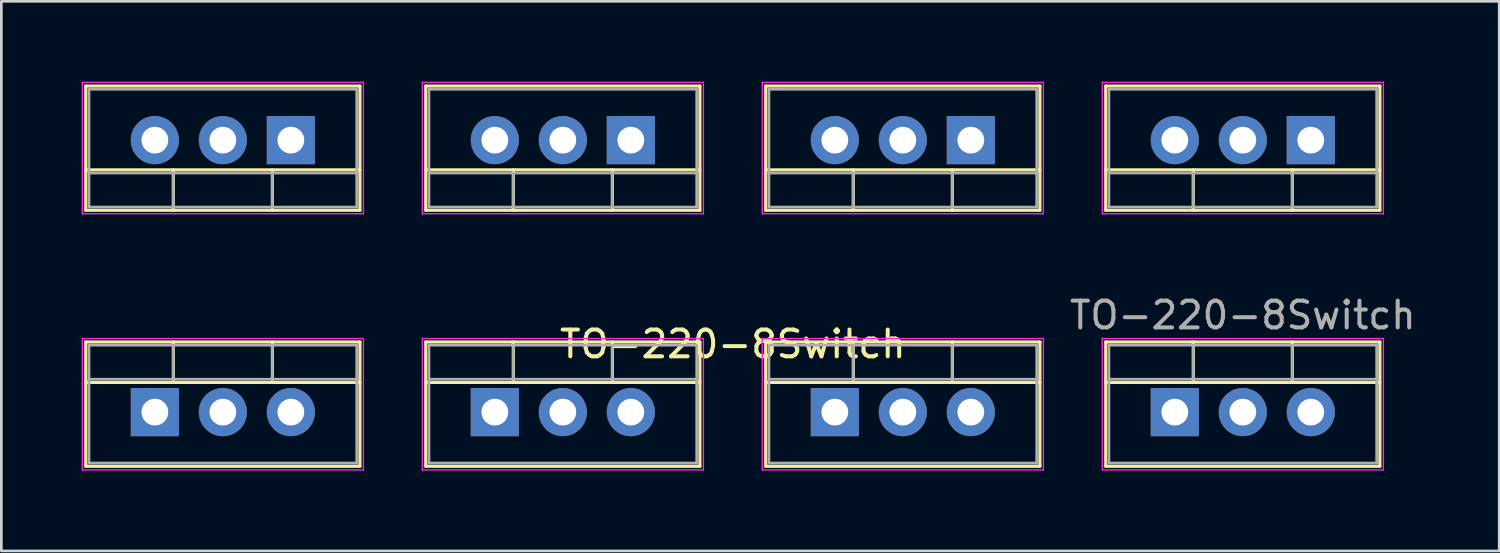
<source format=kicad_pcb>
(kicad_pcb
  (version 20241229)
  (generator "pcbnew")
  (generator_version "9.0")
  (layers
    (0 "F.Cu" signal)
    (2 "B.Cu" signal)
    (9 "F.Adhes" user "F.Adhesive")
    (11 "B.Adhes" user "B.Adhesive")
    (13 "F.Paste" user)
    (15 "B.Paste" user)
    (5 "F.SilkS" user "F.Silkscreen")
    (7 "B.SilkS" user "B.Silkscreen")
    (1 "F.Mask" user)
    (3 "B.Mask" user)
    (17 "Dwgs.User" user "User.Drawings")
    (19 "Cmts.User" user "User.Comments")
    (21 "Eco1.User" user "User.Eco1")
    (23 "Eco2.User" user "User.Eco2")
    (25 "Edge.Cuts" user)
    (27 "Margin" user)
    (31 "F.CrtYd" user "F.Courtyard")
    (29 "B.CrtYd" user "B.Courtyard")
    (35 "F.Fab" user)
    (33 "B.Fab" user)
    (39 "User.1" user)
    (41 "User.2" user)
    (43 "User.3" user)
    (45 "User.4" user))
  (footprint "TO-220-8Switch"
    (layer "F.Cu")
    (at 24.325 7.265)
    (property "Reference" "TO-220-8Switch" (at 0 2.54 0) (layer "F.SilkS") (effects (font (size 1 1) (thickness 0.15))))
    (attr through_hole)
    (fp_line (start -24.17 -2.46) (end -24.17 -7.101) (stroke (width 0.12) (type solid)) (layer "F.SilkS"))
    (fp_line (start -24.17 2.46) (end -24.17 7.101) (stroke (width 0.12) (type solid)) (layer "F.SilkS"))
    (fp_line (start -24.17 2.46) (end -13.93 2.46) (stroke (width 0.12) (type solid)) (layer "F.SilkS"))
    (fp_line (start -24.17 3.97) (end -13.93 3.97) (stroke (width 0.12) (type solid)) (layer "F.SilkS"))
    (fp_line (start -24.17 7.101) (end -13.93 7.101) (stroke (width 0.12) (type solid)) (layer "F.SilkS"))
    (fp_line (start -20.901 -2.46) (end -20.901 -3.97) (stroke (width 0.12) (type solid)) (layer "F.SilkS"))
    (fp_line (start -20.9 2.46) (end -20.9 3.97) (stroke (width 0.12) (type solid)) (layer "F.SilkS"))
    (fp_line (start -17.2 -2.46) (end -17.2 -3.97) (stroke (width 0.12) (type solid)) (layer "F.SilkS"))
    (fp_line (start -17.199 2.46) (end -17.199 3.97) (stroke (width 0.12) (type solid)) (layer "F.SilkS"))
    (fp_line (start -13.93 -7.101) (end -24.17 -7.101) (stroke (width 0.12) (type solid)) (layer "F.SilkS"))
    (fp_line (start -13.93 -3.97) (end -24.17 -3.97) (stroke (width 0.12) (type solid)) (layer "F.SilkS"))
    (fp_line (start -13.93 -2.46) (end -24.17 -2.46) (stroke (width 0.12) (type solid)) (layer "F.SilkS"))
    (fp_line (start -13.93 -2.46) (end -13.93 -7.101) (stroke (width 0.12) (type solid)) (layer "F.SilkS"))
    (fp_line (start -13.93 2.46) (end -13.93 7.101) (stroke (width 0.12) (type solid)) (layer "F.SilkS"))
    (fp_line (start -11.47 -2.46) (end -11.47 -7.101) (stroke (width 0.12) (type solid)) (layer "F.SilkS"))
    (fp_line (start -11.47 2.46) (end -11.47 7.101) (stroke (width 0.12) (type solid)) (layer "F.SilkS"))
    (fp_line (start -11.47 2.46) (end -1.23 2.46) (stroke (width 0.12) (type solid)) (layer "F.SilkS"))
    (fp_line (start -11.47 3.97) (end -1.23 3.97) (stroke (width 0.12) (type solid)) (layer "F.SilkS"))
    (fp_line (start -11.47 7.101) (end -1.23 7.101) (stroke (width 0.12) (type solid)) (layer "F.SilkS"))
    (fp_line (start -8.201 -2.46) (end -8.201 -3.97) (stroke (width 0.12) (type solid)) (layer "F.SilkS"))
    (fp_line (start -8.2 2.46) (end -8.2 3.97) (stroke (width 0.12) (type solid)) (layer "F.SilkS"))
    (fp_line (start -4.5 -2.46) (end -4.5 -3.97) (stroke (width 0.12) (type solid)) (layer "F.SilkS"))
    (fp_line (start -4.499 2.46) (end -4.499 3.97) (stroke (width 0.12) (type solid)) (layer "F.SilkS"))
    (fp_line (start -1.23 -7.101) (end -11.47 -7.101) (stroke (width 0.12) (type solid)) (layer "F.SilkS"))
    (fp_line (start -1.23 -3.97) (end -11.47 -3.97) (stroke (width 0.12) (type solid)) (layer "F.SilkS"))
    (fp_line (start -1.23 -2.46) (end -11.47 -2.46) (stroke (width 0.12) (type solid)) (layer "F.SilkS"))
    (fp_line (start -1.23 -2.46) (end -1.23 -7.101) (stroke (width 0.12) (type solid)) (layer "F.SilkS"))
    (fp_line (start -1.23 2.46) (end -1.23 7.101) (stroke (width 0.12) (type solid)) (layer "F.SilkS"))
    (fp_line (start 1.23 -2.46) (end 1.23 -7.101) (stroke (width 0.12) (type solid)) (layer "F.SilkS"))
    (fp_line (start 1.23 2.46) (end 1.23 7.101) (stroke (width 0.12) (type solid)) (layer "F.SilkS"))
    (fp_line (start 1.23 2.46) (end 11.47 2.46) (stroke (width 0.12) (type solid)) (layer "F.SilkS"))
    (fp_line (start 1.23 3.97) (end 11.47 3.97) (stroke (width 0.12) (type solid)) (layer "F.SilkS"))
    (fp_line (start 1.23 7.101) (end 11.47 7.101) (stroke (width 0.12) (type solid)) (layer "F.SilkS"))
    (fp_line (start 4.499 -2.46) (end 4.499 -3.97) (stroke (width 0.12) (type solid)) (layer "F.SilkS"))
    (fp_line (start 4.5 2.46) (end 4.5 3.97) (stroke (width 0.12) (type solid)) (layer "F.SilkS"))
    (fp_line (start 8.2 -2.46) (end 8.2 -3.97) (stroke (width 0.12) (type solid)) (layer "F.SilkS"))
    (fp_line (start 8.201 2.46) (end 8.201 3.97) (stroke (width 0.12) (type solid)) (layer "F.SilkS"))
    (fp_line (start 11.47 -7.101) (end 1.23 -7.101) (stroke (width 0.12) (type solid)) (layer "F.SilkS"))
    (fp_line (start 11.47 -3.97) (end 1.23 -3.97) (stroke (width 0.12) (type solid)) (layer "F.SilkS"))
    (fp_line (start 11.47 -2.46) (end 1.23 -2.46) (stroke (width 0.12) (type solid)) (layer "F.SilkS"))
    (fp_line (start 11.47 -2.46) (end 11.47 -7.101) (stroke (width 0.12) (type solid)) (layer "F.SilkS"))
    (fp_line (start 11.47 2.46) (end 11.47 7.101) (stroke (width 0.12) (type solid)) (layer "F.SilkS"))
    (fp_line (start 13.93 -2.46) (end 13.93 -7.101) (stroke (width 0.12) (type solid)) (layer "F.SilkS"))
    (fp_line (start 13.93 2.46) (end 13.93 7.101) (stroke (width 0.12) (type solid)) (layer "F.SilkS"))
    (fp_line (start 13.93 2.46) (end 24.17 2.46) (stroke (width 0.12) (type solid)) (layer "F.SilkS"))
    (fp_line (start 13.93 3.97) (end 24.17 3.97) (stroke (width 0.12) (type solid)) (layer "F.SilkS"))
    (fp_line (start 13.93 7.101) (end 24.17 7.101) (stroke (width 0.12) (type solid)) (layer "F.SilkS"))
    (fp_line (start 17.199 -2.46) (end 17.199 -3.97) (stroke (width 0.12) (type solid)) (layer "F.SilkS"))
    (fp_line (start 17.2 2.46) (end 17.2 3.97) (stroke (width 0.12) (type solid)) (layer "F.SilkS"))
    (fp_line (start 20.9 -2.46) (end 20.9 -3.97) (stroke (width 0.12) (type solid)) (layer "F.SilkS"))
    (fp_line (start 20.901 2.46) (end 20.901 3.97) (stroke (width 0.12) (type solid)) (layer "F.SilkS"))
    (fp_line (start 24.17 -7.101) (end 13.93 -7.101) (stroke (width 0.12) (type solid)) (layer "F.SilkS"))
    (fp_line (start 24.17 -3.97) (end 13.93 -3.97) (stroke (width 0.12) (type solid)) (layer "F.SilkS"))
    (fp_line (start 24.17 -2.46) (end 13.93 -2.46) (stroke (width 0.12) (type solid)) (layer "F.SilkS"))
    (fp_line (start 24.17 -2.46) (end 24.17 -7.101) (stroke (width 0.12) (type solid)) (layer "F.SilkS"))
    (fp_line (start 24.17 2.46) (end 24.17 7.101) (stroke (width 0.12) (type solid)) (layer "F.SilkS"))
    (fp_line (start -24.3 -7.24) (end -24.3 -2.33) (stroke (width 0.05) (type solid)) (layer "F.CrtYd"))
    (fp_line (start -24.3 -2.33) (end -13.8 -2.33) (stroke (width 0.05) (type solid)) (layer "F.CrtYd"))
    (fp_line (start -24.3 2.33) (end -24.3 7.24) (stroke (width 0.05) (type solid)) (layer "F.CrtYd"))
    (fp_line (start -24.3 7.24) (end -13.8 7.24) (stroke (width 0.05) (type solid)) (layer "F.CrtYd"))
    (fp_line (start -13.8 -7.24) (end -24.3 -7.24) (stroke (width 0.05) (type solid)) (layer "F.CrtYd"))
    (fp_line (start -13.8 -2.33) (end -13.8 -7.24) (stroke (width 0.05) (type solid)) (layer "F.CrtYd"))
    (fp_line (start -13.8 2.33) (end -24.3 2.33) (stroke (width 0.05) (type solid)) (layer "F.CrtYd"))
    (fp_line (start -13.8 7.24) (end -13.8 2.33) (stroke (width 0.05) (type solid)) (layer "F.CrtYd"))
    (fp_line (start -11.6 -7.24) (end -11.6 -2.33) (stroke (width 0.05) (type solid)) (layer "F.CrtYd"))
    (fp_line (start -11.6 -2.33) (end -1.1 -2.33) (stroke (width 0.05) (type solid)) (layer "F.CrtYd"))
    (fp_line (start -11.6 2.33) (end -11.6 7.24) (stroke (width 0.05) (type solid)) (layer "F.CrtYd"))
    (fp_line (start -11.6 7.24) (end -1.1 7.24) (stroke (width 0.05) (type solid)) (layer "F.CrtYd"))
    (fp_line (start -1.1 -7.24) (end -11.6 -7.24) (stroke (width 0.05) (type solid)) (layer "F.CrtYd"))
    (fp_line (start -1.1 -2.33) (end -1.1 -7.24) (stroke (width 0.05) (type solid)) (layer "F.CrtYd"))
    (fp_line (start -1.1 2.33) (end -11.6 2.33) (stroke (width 0.05) (type solid)) (layer "F.CrtYd"))
    (fp_line (start -1.1 7.24) (end -1.1 2.33) (stroke (width 0.05) (type solid)) (layer "F.CrtYd"))
    (fp_line (start 1.1 -7.24) (end 1.1 -2.33) (stroke (width 0.05) (type solid)) (layer "F.CrtYd"))
    (fp_line (start 1.1 -2.33) (end 11.6 -2.33) (stroke (width 0.05) (type solid)) (layer "F.CrtYd"))
    (fp_line (start 1.1 2.33) (end 1.1 7.24) (stroke (width 0.05) (type solid)) (layer "F.CrtYd"))
    (fp_line (start 1.1 7.24) (end 11.6 7.24) (stroke (width 0.05) (type solid)) (layer "F.CrtYd"))
    (fp_line (start 11.6 -7.24) (end 1.1 -7.24) (stroke (width 0.05) (type solid)) (layer "F.CrtYd"))
    (fp_line (start 11.6 -2.33) (end 11.6 -7.24) (stroke (width 0.05) (type solid)) (layer "F.CrtYd"))
    (fp_line (start 11.6 2.33) (end 1.1 2.33) (stroke (width 0.05) (type solid)) (layer "F.CrtYd"))
    (fp_line (start 11.6 7.24) (end 11.6 2.33) (stroke (width 0.05) (type solid)) (layer "F.CrtYd"))
    (fp_line (start 13.8 -7.24) (end 13.8 -2.33) (stroke (width 0.05) (type solid)) (layer "F.CrtYd"))
    (fp_line (start 13.8 -2.33) (end 24.3 -2.33) (stroke (width 0.05) (type solid)) (layer "F.CrtYd"))
    (fp_line (start 13.8 2.33) (end 13.8 7.24) (stroke (width 0.05) (type solid)) (layer "F.CrtYd"))
    (fp_line (start 13.8 7.24) (end 24.3 7.24) (stroke (width 0.05) (type solid)) (layer "F.CrtYd"))
    (fp_line (start 24.3 -7.24) (end 13.8 -7.24) (stroke (width 0.05) (type solid)) (layer "F.CrtYd"))
    (fp_line (start 24.3 -2.33) (end 24.3 -7.24) (stroke (width 0.05) (type solid)) (layer "F.CrtYd"))
    (fp_line (start 24.3 2.33) (end 13.8 2.33) (stroke (width 0.05) (type solid)) (layer "F.CrtYd"))
    (fp_line (start 24.3 7.24) (end 24.3 2.33) (stroke (width 0.05) (type solid)) (layer "F.CrtYd"))
    (fp_line (start -24.05 -6.98) (end -24.05 -2.58) (stroke (width 0.1) (type solid)) (layer "F.Fab"))
    (fp_line (start -24.05 -2.58) (end -14.05 -2.58) (stroke (width 0.1) (type solid)) (layer "F.Fab"))
    (fp_line (start -24.05 2.58) (end -24.05 6.98) (stroke (width 0.1) (type solid)) (layer "F.Fab"))
    (fp_line (start -24.05 3.85) (end -14.05 3.85) (stroke (width 0.1) (type solid)) (layer "F.Fab"))
    (fp_line (start -24.05 6.98) (end -14.05 6.98) (stroke (width 0.1) (type solid)) (layer "F.Fab"))
    (fp_line (start -20.9 -2.58) (end -20.9 -3.85) (stroke (width 0.1) (type solid)) (layer "F.Fab"))
    (fp_line (start -20.9 2.58) (end -20.9 3.85) (stroke (width 0.1) (type solid)) (layer "F.Fab"))
    (fp_line (start -17.2 -2.58) (end -17.2 -3.85) (stroke (width 0.1) (type solid)) (layer "F.Fab"))
    (fp_line (start -17.2 2.58) (end -17.2 3.85) (stroke (width 0.1) (type solid)) (layer "F.Fab"))
    (fp_line (start -14.05 -6.98) (end -24.05 -6.98) (stroke (width 0.1) (type solid)) (layer "F.Fab"))
    (fp_line (start -14.05 -3.85) (end -24.05 -3.85) (stroke (width 0.1) (type solid)) (layer "F.Fab"))
    (fp_line (start -14.05 -2.58) (end -14.05 -6.98) (stroke (width 0.1) (type solid)) (layer "F.Fab"))
    (fp_line (start -14.05 2.58) (end -24.05 2.58) (stroke (width 0.1) (type solid)) (layer "F.Fab"))
    (fp_line (start -14.05 6.98) (end -14.05 2.58) (stroke (width 0.1) (type solid)) (layer "F.Fab"))
    (fp_line (start -11.35 -6.98) (end -11.35 -2.58) (stroke (width 0.1) (type solid)) (layer "F.Fab"))
    (fp_line (start -11.35 -2.58) (end -1.35 -2.58) (stroke (width 0.1) (type solid)) (layer "F.Fab"))
    (fp_line (start -11.35 2.58) (end -11.35 6.98) (stroke (width 0.1) (type solid)) (layer "F.Fab"))
    (fp_line (start -11.35 3.85) (end -1.35 3.85) (stroke (width 0.1) (type solid)) (layer "F.Fab"))
    (fp_line (start -11.35 6.98) (end -1.35 6.98) (stroke (width 0.1) (type solid)) (layer "F.Fab"))
    (fp_line (start -8.2 -2.58) (end -8.2 -3.85) (stroke (width 0.1) (type solid)) (layer "F.Fab"))
    (fp_line (start -8.2 2.58) (end -8.2 3.85) (stroke (width 0.1) (type solid)) (layer "F.Fab"))
    (fp_line (start -4.5 -2.58) (end -4.5 -3.85) (stroke (width 0.1) (type solid)) (layer "F.Fab"))
    (fp_line (start -4.5 2.58) (end -4.5 3.85) (stroke (width 0.1) (type solid)) (layer "F.Fab"))
    (fp_line (start -1.35 -6.98) (end -11.35 -6.98) (stroke (width 0.1) (type solid)) (layer "F.Fab"))
    (fp_line (start -1.35 -3.85) (end -11.35 -3.85) (stroke (width 0.1) (type solid)) (layer "F.Fab"))
    (fp_line (start -1.35 -2.58) (end -1.35 -6.98) (stroke (width 0.1) (type solid)) (layer "F.Fab"))
    (fp_line (start -1.35 2.58) (end -11.35 2.58) (stroke (width 0.1) (type solid)) (layer "F.Fab"))
    (fp_line (start -1.35 6.98) (end -1.35 2.58) (stroke (width 0.1) (type solid)) (layer "F.Fab"))
    (fp_line (start 1.35 -6.98) (end 1.35 -2.58) (stroke (width 0.1) (type solid)) (layer "F.Fab"))
    (fp_line (start 1.35 -2.58) (end 11.35 -2.58) (stroke (width 0.1) (type solid)) (layer "F.Fab"))
    (fp_line (start 1.35 2.58) (end 1.35 6.98) (stroke (width 0.1) (type solid)) (layer "F.Fab"))
    (fp_line (start 1.35 3.85) (end 11.35 3.85) (stroke (width 0.1) (type solid)) (layer "F.Fab"))
    (fp_line (start 1.35 6.98) (end 11.35 6.98) (stroke (width 0.1) (type solid)) (layer "F.Fab"))
    (fp_line (start 4.5 -2.58) (end 4.5 -3.85) (stroke (width 0.1) (type solid)) (layer "F.Fab"))
    (fp_line (start 4.5 2.58) (end 4.5 3.85) (stroke (width 0.1) (type solid)) (layer "F.Fab"))
    (fp_line (start 8.2 -2.58) (end 8.2 -3.85) (stroke (width 0.1) (type solid)) (layer "F.Fab"))
    (fp_line (start 8.2 2.58) (end 8.2 3.85) (stroke (width 0.1) (type solid)) (layer "F.Fab"))
    (fp_line (start 11.35 -6.98) (end 1.35 -6.98) (stroke (width 0.1) (type solid)) (layer "F.Fab"))
    (fp_line (start 11.35 -3.85) (end 1.35 -3.85) (stroke (width 0.1) (type solid)) (layer "F.Fab"))
    (fp_line (start 11.35 -2.58) (end 11.35 -6.98) (stroke (width 0.1) (type solid)) (layer "F.Fab"))
    (fp_line (start 11.35 2.58) (end 1.35 2.58) (stroke (width 0.1) (type solid)) (layer "F.Fab"))
    (fp_line (start 11.35 6.98) (end 11.35 2.58) (stroke (width 0.1) (type solid)) (layer "F.Fab"))
    (fp_line (start 14.05 -6.98) (end 14.05 -2.58) (stroke (width 0.1) (type solid)) (layer "F.Fab"))
    (fp_line (start 14.05 -2.58) (end 24.05 -2.58) (stroke (width 0.1) (type solid)) (layer "F.Fab"))
    (fp_line (start 14.05 2.58) (end 14.05 6.98) (stroke (width 0.1) (type solid)) (layer "F.Fab"))
    (fp_line (start 14.05 3.85) (end 24.05 3.85) (stroke (width 0.1) (type solid)) (layer "F.Fab"))
    (fp_line (start 14.05 6.98) (end 24.05 6.98) (stroke (width 0.1) (type solid)) (layer "F.Fab"))
    (fp_line (start 17.2 -2.58) (end 17.2 -3.85) (stroke (width 0.1) (type solid)) (layer "F.Fab"))
    (fp_line (start 17.2 2.58) (end 17.2 3.85) (stroke (width 0.1) (type solid)) (layer "F.Fab"))
    (fp_line (start 20.9 -2.58) (end 20.9 -3.85) (stroke (width 0.1) (type solid)) (layer "F.Fab"))
    (fp_line (start 20.9 2.58) (end 20.9 3.85) (stroke (width 0.1) (type solid)) (layer "F.Fab"))
    (fp_line (start 24.05 -6.98) (end 14.05 -6.98) (stroke (width 0.1) (type solid)) (layer "F.Fab"))
    (fp_line (start 24.05 -3.85) (end 14.05 -3.85) (stroke (width 0.1) (type solid)) (layer "F.Fab"))
    (fp_line (start 24.05 -2.58) (end 24.05 -6.98) (stroke (width 0.1) (type solid)) (layer "F.Fab"))
    (fp_line (start 24.05 2.58) (end 14.05 2.58) (stroke (width 0.1) (type solid)) (layer "F.Fab"))
    (fp_line (start 24.05 6.98) (end 24.05 2.58) (stroke (width 0.1) (type solid)) (layer "F.Fab"))
    (fp_text user "${REFERENCE}" (at 19.05 1.46 0) (layer "F.Fab") (effects (font (size 1 1) (thickness 0.15))))
    (pad "D" thru_hole oval (at -19.05 -5.08 180) (size 1.8 1.8) (drill 1) (layers "*.Cu" "*.Mask"))
    (pad "D" thru_hole oval (at -19.05 5.08) (size 1.8 1.8) (drill 1) (layers "*.Cu" "*.Mask"))
    (pad "D" thru_hole oval (at -6.35 -5.08 180) (size 1.8 1.8) (drill 1) (layers "*.Cu" "*.Mask"))
    (pad "D" thru_hole oval (at -6.35 5.08) (size 1.8 1.8) (drill 1) (layers "*.Cu" "*.Mask"))
    (pad "D" thru_hole oval (at 6.35 -5.08 180) (size 1.8 1.8) (drill 1) (layers "*.Cu" "*.Mask"))
    (pad "D" thru_hole oval (at 6.35 5.08) (size 1.8 1.8) (drill 1) (layers "*.Cu" "*.Mask"))
    (pad "D" thru_hole oval (at 19.05 -5.08 180) (size 1.8 1.8) (drill 1) (layers "*.Cu" "*.Mask"))
    (pad "D" thru_hole oval (at 19.05 5.08) (size 1.8 1.8) (drill 1) (layers "*.Cu" "*.Mask"))
    (pad "G1" thru_hole rect (at -21.59 5.08) (size 1.8 1.8) (drill 1) (layers "*.Cu" "*.Mask"))
    (pad "G1" thru_hole rect (at -8.89 5.08) (size 1.8 1.8) (drill 1) (layers "*.Cu" "*.Mask"))
    (pad "G1" thru_hole rect (at 3.81 5.08) (size 1.8 1.8) (drill 1) (layers "*.Cu" "*.Mask"))
    (pad "G1" thru_hole rect (at 16.51 5.08) (size 1.8 1.8) (drill 1) (layers "*.Cu" "*.Mask"))
    (pad "G2" thru_hole rect (at -16.51 -5.08 180) (size 1.8 1.8) (drill 1) (layers "*.Cu" "*.Mask"))
    (pad "G2" thru_hole rect (at -3.81 -5.08 180) (size 1.8 1.8) (drill 1) (layers "*.Cu" "*.Mask"))
    (pad "G2" thru_hole rect (at 8.89 -5.08 180) (size 1.8 1.8) (drill 1) (layers "*.Cu" "*.Mask"))
    (pad "G2" thru_hole rect (at 21.59 -5.08 180) (size 1.8 1.8) (drill 1) (layers "*.Cu" "*.Mask"))
    (pad "S1" thru_hole oval (at -16.51 5.08) (size 1.8 1.8) (drill 1) (layers "*.Cu" "*.Mask"))
    (pad "S1" thru_hole oval (at -3.81 5.08) (size 1.8 1.8) (drill 1) (layers "*.Cu" "*.Mask"))
    (pad "S1" thru_hole oval (at 8.89 5.08) (size 1.8 1.8) (drill 1) (layers "*.Cu" "*.Mask"))
    (pad "S1" thru_hole oval (at 21.59 5.08) (size 1.8 1.8) (drill 1) (layers "*.Cu" "*.Mask"))
    (pad "S2" thru_hole oval (at -21.59 -5.08 180) (size 1.8 1.8) (drill 1) (layers "*.Cu" "*.Mask"))
    (pad "S2" thru_hole oval (at -8.89 -5.08 180) (size 1.8 1.8) (drill 1) (layers "*.Cu" "*.Mask"))
    (pad "S2" thru_hole oval (at 3.81 -5.08 180) (size 1.8 1.8) (drill 1) (layers "*.Cu" "*.Mask"))
    (pad "S2" thru_hole oval (at 16.51 -5.08 180) (size 1.8 1.8) (drill 1) (layers "*.Cu" "*.Mask")))
  (gr_rect
    (start -3 -3)
    (end 52.952 17.53)
    (stroke (width 0.1) (type default))
    (fill no)
    (layer "Edge.Cuts")))
</source>
